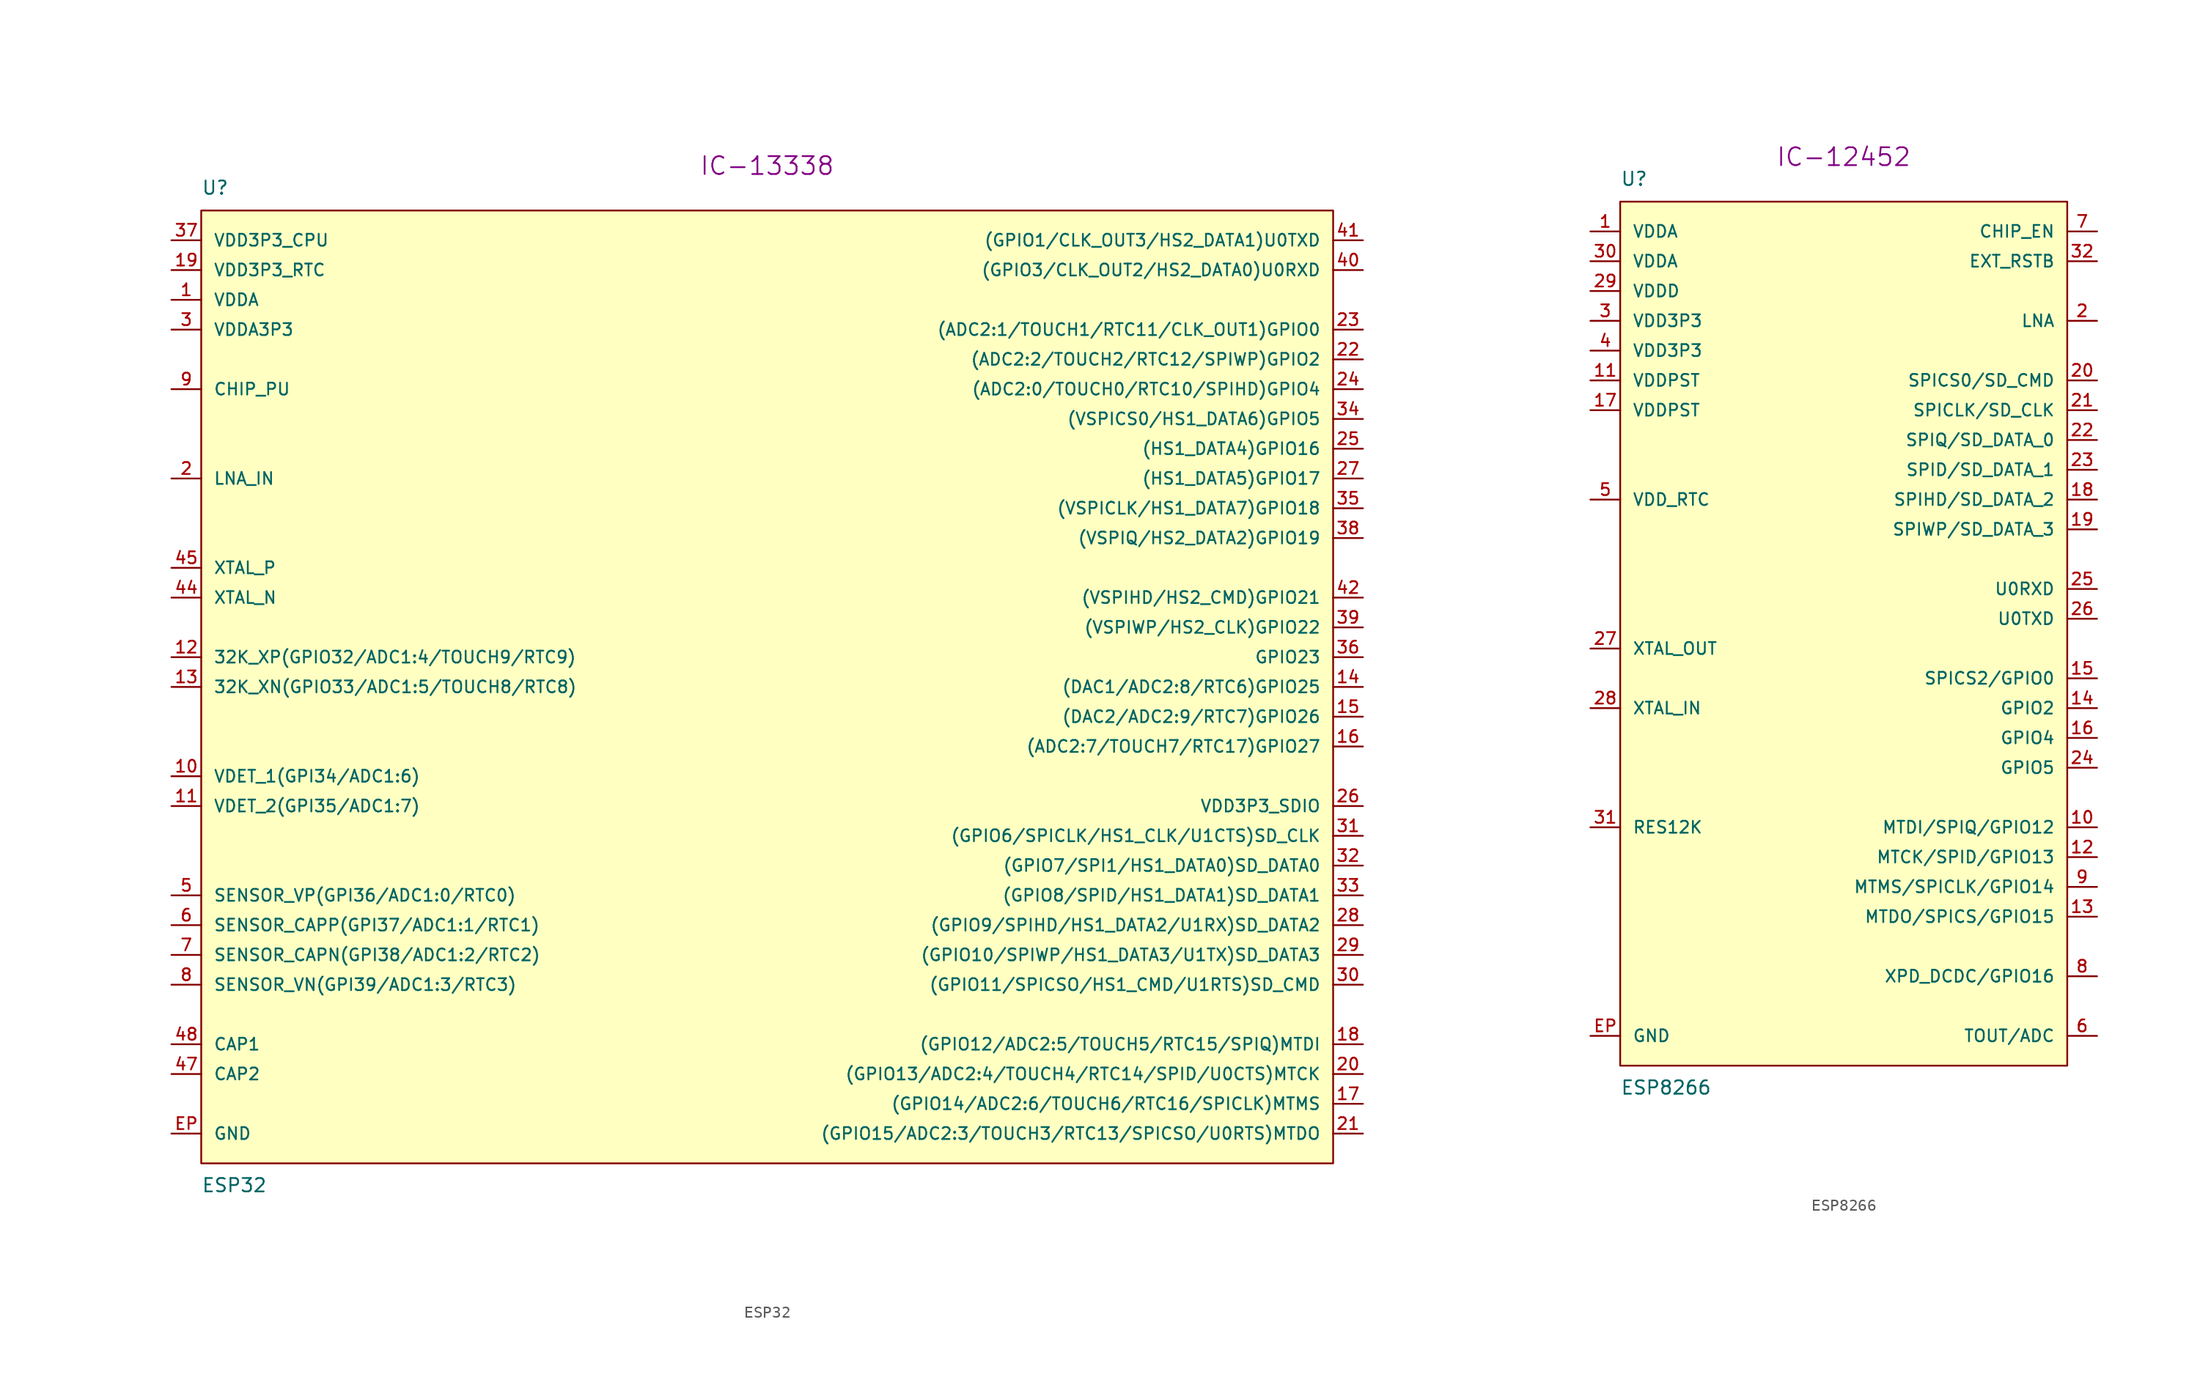
<source format=kicad_sym>
(kicad_symbol_lib
  (version 20201005)
  (generator kicad_symbol_editor)
  (symbol "ESP32"
    (pin_names
      (offset 1.016))
    (property "Reference" "U"
      (at -48.26 41.91 0)
      (effects (font (size 1.143 1.143)) (justify left bottom)))
    (property "Value" "ESP32"
      (at -48.26 -43.18 0)
      (effects (font (size 1.143 1.143)) (justify left bottom)))
    (property "Field4" "IC-13338"
      (at 0 44.45 0)
      (effects (font (size 1.524 1.524))))
    (property "ki_locked" ""
      (at 0 0 0)
      (effects (font (size 1.27 1.27))))
    (symbol "ESP32_1_1"
      (polyline (pts (xy 48.26 40.64) (xy -48.26 40.64) (xy -48.26 -40.64) (xy 48.26 -40.64) (xy 48.26 40.64)) (stroke (width 0)) (fill (type background)))
      (pin bidirectional line (at -50.8 33.02 0) (length 2.54) (name "VDDA" (effects (font (size 1.016 1.016)))) (number "1" (effects (font (size 1.016 1.016)))))
      (pin bidirectional line (at -50.8 17.78 0) (length 2.54) (name "LNA_IN" (effects (font (size 1.016 1.016)))) (number "2" (effects (font (size 1.016 1.016)))))
      (pin bidirectional line (at -50.8 30.48 0) (length 2.54) (name "VDDA3P3" (effects (font (size 1.016 1.016)))) (number "3" (effects (font (size 1.016 1.016)))))
      (pin bidirectional line (at -50.8 30.48 0) (length 2.54) hide (name "VDDA3P3" (effects (font (size 1.016 1.016)))) (number "4" (effects (font (size 1.016 1.016)))))
      (pin bidirectional line (at -50.8 -17.78 0) (length 2.54) (name "SENSOR_VP(GPI36/ADC1:0/RTC0)" (effects (font (size 1.016 1.016)))) (number "5" (effects (font (size 1.016 1.016)))))
      (pin bidirectional line (at -50.8 -20.32 0) (length 2.54) (name "SENSOR_CAPP(GPI37/ADC1:1/RTC1)" (effects (font (size 1.016 1.016)))) (number "6" (effects (font (size 1.016 1.016)))))
      (pin bidirectional line (at -50.8 -22.86 0) (length 2.54) (name "SENSOR_CAPN(GPI38/ADC1:2/RTC2)" (effects (font (size 1.016 1.016)))) (number "7" (effects (font (size 1.016 1.016)))))
      (pin bidirectional line (at -50.8 -25.4 0) (length 2.54) (name "SENSOR_VN(GPI39/ADC1:3/RTC3)" (effects (font (size 1.016 1.016)))) (number "8" (effects (font (size 1.016 1.016)))))
      (pin bidirectional line (at -50.8 25.4 0) (length 2.54) (name "CHIP_PU" (effects (font (size 1.016 1.016)))) (number "9" (effects (font (size 1.016 1.016)))))
      (pin bidirectional line (at -50.8 -7.62 0) (length 2.54) (name "VDET_1(GPI34/ADC1:6)" (effects (font (size 1.016 1.016)))) (number "10" (effects (font (size 1.016 1.016)))))
      (pin bidirectional line (at 50.8 -33.02 180) (length 2.54) (name "(GPIO13/ADC2:4/TOUCH4/RTC14/SPID/U0CTS)MTCK" (effects (font (size 1.016 1.016)))) (number "20" (effects (font (size 1.016 1.016)))))
      (pin bidirectional line (at 50.8 -25.4 180) (length 2.54) (name "(GPIO11/SPICSO/HS1_CMD/U1RTS)SD_CMD" (effects (font (size 1.016 1.016)))) (number "30" (effects (font (size 1.016 1.016)))))
      (pin bidirectional line (at 50.8 35.56 180) (length 2.54) (name "(GPIO3/CLK_OUT2/HS2_DATA0)U0RXD" (effects (font (size 1.016 1.016)))) (number "40" (effects (font (size 1.016 1.016)))))
      (pin bidirectional line (at -50.8 -10.16 0) (length 2.54) (name "VDET_2(GPI35/ADC1:7)" (effects (font (size 1.016 1.016)))) (number "11" (effects (font (size 1.016 1.016)))))
      (pin bidirectional line (at 50.8 -38.1 180) (length 2.54) (name "(GPIO15/ADC2:3/TOUCH3/RTC13/SPICSO/U0RTS)MTDO" (effects (font (size 1.016 1.016)))) (number "21" (effects (font (size 1.016 1.016)))))
      (pin bidirectional line (at 50.8 -12.7 180) (length 2.54) (name "(GPIO6/SPICLK/HS1_CLK/U1CTS)SD_CLK" (effects (font (size 1.016 1.016)))) (number "31" (effects (font (size 1.016 1.016)))))
      (pin bidirectional line (at 50.8 38.1 180) (length 2.54) (name "(GPIO1/CLK_OUT3/HS2_DATA1)U0TXD" (effects (font (size 1.016 1.016)))) (number "41" (effects (font (size 1.016 1.016)))))
      (pin bidirectional line (at -50.8 2.54 0) (length 2.54) (name "32K_XP(GPIO32/ADC1:4/TOUCH9/RTC9)" (effects (font (size 1.016 1.016)))) (number "12" (effects (font (size 1.016 1.016)))))
      (pin bidirectional line (at 50.8 27.94 180) (length 2.54) (name "(ADC2:2/TOUCH2/RTC12/SPIWP)GPIO2" (effects (font (size 1.016 1.016)))) (number "22" (effects (font (size 1.016 1.016)))))
      (pin bidirectional line (at 50.8 -15.24 180) (length 2.54) (name "(GPIO7/SPI1/HS1_DATA0)SD_DATA0" (effects (font (size 1.016 1.016)))) (number "32" (effects (font (size 1.016 1.016)))))
      (pin bidirectional line (at 50.8 7.62 180) (length 2.54) (name "(VSPIHD/HS2_CMD)GPIO21" (effects (font (size 1.016 1.016)))) (number "42" (effects (font (size 1.016 1.016)))))
      (pin bidirectional line (at -50.8 0 0) (length 2.54) (name "32K_XN(GPIO33/ADC1:5/TOUCH8/RTC8)" (effects (font (size 1.016 1.016)))) (number "13" (effects (font (size 1.016 1.016)))))
      (pin bidirectional line (at 50.8 30.48 180) (length 2.54) (name "(ADC2:1/TOUCH1/RTC11/CLK_OUT1)GPIO0" (effects (font (size 1.016 1.016)))) (number "23" (effects (font (size 1.016 1.016)))))
      (pin bidirectional line (at 50.8 -17.78 180) (length 2.54) (name "(GPIO8/SPID/HS1_DATA1)SD_DATA1" (effects (font (size 1.016 1.016)))) (number "33" (effects (font (size 1.016 1.016)))))
      (pin bidirectional line (at -50.8 33.02 0) (length 2.54) hide (name "VDDA" (effects (font (size 1.016 1.016)))) (number "43" (effects (font (size 1.016 1.016)))))
      (pin bidirectional line (at 50.8 0 180) (length 2.54) (name "(DAC1/ADC2:8/RTC6)GPIO25" (effects (font (size 1.016 1.016)))) (number "14" (effects (font (size 1.016 1.016)))))
      (pin bidirectional line (at 50.8 25.4 180) (length 2.54) (name "(ADC2:0/TOUCH0/RTC10/SPIHD)GPIO4" (effects (font (size 1.016 1.016)))) (number "24" (effects (font (size 1.016 1.016)))))
      (pin bidirectional line (at 50.8 22.86 180) (length 2.54) (name "(VSPICS0/HS1_DATA6)GPIO5" (effects (font (size 1.016 1.016)))) (number "34" (effects (font (size 1.016 1.016)))))
      (pin bidirectional line (at -50.8 7.62 0) (length 2.54) (name "XTAL_N" (effects (font (size 1.016 1.016)))) (number "44" (effects (font (size 1.016 1.016)))))
      (pin bidirectional line (at 50.8 -2.54 180) (length 2.54) (name "(DAC2/ADC2:9/RTC7)GPIO26" (effects (font (size 1.016 1.016)))) (number "15" (effects (font (size 1.016 1.016)))))
      (pin bidirectional line (at 50.8 20.32 180) (length 2.54) (name "(HS1_DATA4)GPIO16" (effects (font (size 1.016 1.016)))) (number "25" (effects (font (size 1.016 1.016)))))
      (pin bidirectional line (at 50.8 15.24 180) (length 2.54) (name "(VSPICLK/HS1_DATA7)GPIO18" (effects (font (size 1.016 1.016)))) (number "35" (effects (font (size 1.016 1.016)))))
      (pin bidirectional line (at -50.8 10.16 0) (length 2.54) (name "XTAL_P" (effects (font (size 1.016 1.016)))) (number "45" (effects (font (size 1.016 1.016)))))
      (pin bidirectional line (at 50.8 -5.08 180) (length 2.54) (name "(ADC2:7/TOUCH7/RTC17)GPIO27" (effects (font (size 1.016 1.016)))) (number "16" (effects (font (size 1.016 1.016)))))
      (pin bidirectional line (at 50.8 -10.16 180) (length 2.54) (name "VDD3P3_SDIO" (effects (font (size 1.016 1.016)))) (number "26" (effects (font (size 1.016 1.016)))))
      (pin bidirectional line (at 50.8 2.54 180) (length 2.54) (name "GPIO23" (effects (font (size 1.016 1.016)))) (number "36" (effects (font (size 1.016 1.016)))))
      (pin bidirectional line (at -50.8 33.02 0) (length 2.54) hide (name "VDDA" (effects (font (size 1.016 1.016)))) (number "46" (effects (font (size 1.016 1.016)))))
      (pin bidirectional line (at 50.8 -35.56 180) (length 2.54) (name "(GPIO14/ADC2:6/TOUCH6/RTC16/SPICLK)MTMS" (effects (font (size 1.016 1.016)))) (number "17" (effects (font (size 1.016 1.016)))))
      (pin bidirectional line (at 50.8 17.78 180) (length 2.54) (name "(HS1_DATA5)GPIO17" (effects (font (size 1.016 1.016)))) (number "27" (effects (font (size 1.016 1.016)))))
      (pin bidirectional line (at -50.8 38.1 0) (length 2.54) (name "VDD3P3_CPU" (effects (font (size 1.016 1.016)))) (number "37" (effects (font (size 1.016 1.016)))))
      (pin bidirectional line (at -50.8 -33.02 0) (length 2.54) (name "CAP2" (effects (font (size 1.016 1.016)))) (number "47" (effects (font (size 1.016 1.016)))))
      (pin bidirectional line (at 50.8 -30.48 180) (length 2.54) (name "(GPIO12/ADC2:5/TOUCH5/RTC15/SPIQ)MTDI" (effects (font (size 1.016 1.016)))) (number "18" (effects (font (size 1.016 1.016)))))
      (pin bidirectional line (at 50.8 -20.32 180) (length 2.54) (name "(GPIO9/SPIHD/HS1_DATA2/U1RX)SD_DATA2" (effects (font (size 1.016 1.016)))) (number "28" (effects (font (size 1.016 1.016)))))
      (pin bidirectional line (at 50.8 12.7 180) (length 2.54) (name "(VSPIQ/HS2_DATA2)GPIO19" (effects (font (size 1.016 1.016)))) (number "38" (effects (font (size 1.016 1.016)))))
      (pin bidirectional line (at -50.8 -30.48 0) (length 2.54) (name "CAP1" (effects (font (size 1.016 1.016)))) (number "48" (effects (font (size 1.016 1.016)))))
      (pin bidirectional line (at -50.8 35.56 0) (length 2.54) (name "VDD3P3_RTC" (effects (font (size 1.016 1.016)))) (number "19" (effects (font (size 1.016 1.016)))))
      (pin bidirectional line (at 50.8 -22.86 180) (length 2.54) (name "(GPIO10/SPIWP/HS1_DATA3/U1TX)SD_DATA3" (effects (font (size 1.016 1.016)))) (number "29" (effects (font (size 1.016 1.016)))))
      (pin bidirectional line (at 50.8 5.08 180) (length 2.54) (name "(VSPIWP/HS2_CLK)GPIO22" (effects (font (size 1.016 1.016)))) (number "39" (effects (font (size 1.016 1.016)))))
      (pin bidirectional line (at -50.8 -38.1 0) (length 2.54) (name "GND" (effects (font (size 1.016 1.016)))) (number "EP" (effects (font (size 1.016 1.016)))))))
  (symbol "ESP8266"
    (pin_names
      (offset 1.016))
    (property "Reference" "U"
      (at -19.05 39.37 0)
      (effects (font (size 1.143 1.143)) (justify left bottom)))
    (property "Value" "ESP8266"
      (at -19.05 -38.1 0)
      (effects (font (size 1.143 1.143)) (justify left bottom)))
    (property "Field4" "IC-12452"
      (at 0 41.91 0)
      (effects (font (size 1.524 1.524))))
    (property "ki_locked" ""
      (at 0 0 0)
      (effects (font (size 1.27 1.27))))
    (symbol "ESP8266_1_1"
      (polyline (pts (xy -19.05 38.1) (xy 19.05 38.1) (xy 19.05 -35.56) (xy -19.05 -35.56) (xy -19.05 38.1)) (stroke (width 0)) (fill (type background)))
      (pin bidirectional line (at -21.59 35.56 0) (length 2.54) (name "VDDA" (effects (font (size 1.016 1.016)))) (number "1" (effects (font (size 1.016 1.016)))))
      (pin bidirectional line (at 21.59 27.94 180) (length 2.54) (name "LNA" (effects (font (size 1.016 1.016)))) (number "2" (effects (font (size 1.016 1.016)))))
      (pin bidirectional line (at -21.59 27.94 0) (length 2.54) (name "VDD3P3" (effects (font (size 1.016 1.016)))) (number "3" (effects (font (size 1.016 1.016)))))
      (pin bidirectional line (at -21.59 25.4 0) (length 2.54) (name "VDD3P3" (effects (font (size 1.016 1.016)))) (number "4" (effects (font (size 1.016 1.016)))))
      (pin bidirectional line (at -21.59 12.7 0) (length 2.54) (name "VDD_RTC" (effects (font (size 1.016 1.016)))) (number "5" (effects (font (size 1.016 1.016)))))
      (pin bidirectional line (at 21.59 -33.02 180) (length 2.54) (name "TOUT/ADC" (effects (font (size 1.016 1.016)))) (number "6" (effects (font (size 1.016 1.016)))))
      (pin bidirectional line (at 21.59 35.56 180) (length 2.54) (name "CHIP_EN" (effects (font (size 1.016 1.016)))) (number "7" (effects (font (size 1.016 1.016)))))
      (pin bidirectional line (at 21.59 -27.94 180) (length 2.54) (name "XPD_DCDC/GPIO16" (effects (font (size 1.016 1.016)))) (number "8" (effects (font (size 1.016 1.016)))))
      (pin bidirectional line (at 21.59 -20.32 180) (length 2.54) (name "MTMS/SPICLK/GPIO14" (effects (font (size 1.016 1.016)))) (number "9" (effects (font (size 1.016 1.016)))))
      (pin bidirectional line (at 21.59 -15.24 180) (length 2.54) (name "MTDI/SPIQ/GPIO12" (effects (font (size 1.016 1.016)))) (number "10" (effects (font (size 1.016 1.016)))))
      (pin bidirectional line (at 21.59 22.86 180) (length 2.54) (name "SPICS0/SD_CMD" (effects (font (size 1.016 1.016)))) (number "20" (effects (font (size 1.016 1.016)))))
      (pin bidirectional line (at -21.59 33.02 0) (length 2.54) (name "VDDA" (effects (font (size 1.016 1.016)))) (number "30" (effects (font (size 1.016 1.016)))))
      (pin bidirectional line (at -21.59 22.86 0) (length 2.54) (name "VDDPST" (effects (font (size 1.016 1.016)))) (number "11" (effects (font (size 1.016 1.016)))))
      (pin bidirectional line (at 21.59 20.32 180) (length 2.54) (name "SPICLK/SD_CLK" (effects (font (size 1.016 1.016)))) (number "21" (effects (font (size 1.016 1.016)))))
      (pin bidirectional line (at -21.59 -15.24 0) (length 2.54) (name "RES12K" (effects (font (size 1.016 1.016)))) (number "31" (effects (font (size 1.016 1.016)))))
      (pin bidirectional line (at 21.59 -17.78 180) (length 2.54) (name "MTCK/SPID/GPIO13" (effects (font (size 1.016 1.016)))) (number "12" (effects (font (size 1.016 1.016)))))
      (pin bidirectional line (at 21.59 17.78 180) (length 2.54) (name "SPIQ/SD_DATA_0" (effects (font (size 1.016 1.016)))) (number "22" (effects (font (size 1.016 1.016)))))
      (pin bidirectional line (at 21.59 33.02 180) (length 2.54) (name "EXT_RSTB" (effects (font (size 1.016 1.016)))) (number "32" (effects (font (size 1.016 1.016)))))
      (pin bidirectional line (at 21.59 -22.86 180) (length 2.54) (name "MTDO/SPICS/GPIO15" (effects (font (size 1.016 1.016)))) (number "13" (effects (font (size 1.016 1.016)))))
      (pin bidirectional line (at 21.59 15.24 180) (length 2.54) (name "SPID/SD_DATA_1" (effects (font (size 1.016 1.016)))) (number "23" (effects (font (size 1.016 1.016)))))
      (pin bidirectional line (at 21.59 -5.08 180) (length 2.54) (name "GPIO2" (effects (font (size 1.016 1.016)))) (number "14" (effects (font (size 1.016 1.016)))))
      (pin bidirectional line (at 21.59 -10.16 180) (length 2.54) (name "GPIO5" (effects (font (size 1.016 1.016)))) (number "24" (effects (font (size 1.016 1.016)))))
      (pin bidirectional line (at 21.59 -2.54 180) (length 2.54) (name "SPICS2/GPIO0" (effects (font (size 1.016 1.016)))) (number "15" (effects (font (size 1.016 1.016)))))
      (pin bidirectional line (at 21.59 5.08 180) (length 2.54) (name "U0RXD" (effects (font (size 1.016 1.016)))) (number "25" (effects (font (size 1.016 1.016)))))
      (pin bidirectional line (at 21.59 -7.62 180) (length 2.54) (name "GPIO4" (effects (font (size 1.016 1.016)))) (number "16" (effects (font (size 1.016 1.016)))))
      (pin bidirectional line (at 21.59 2.54 180) (length 2.54) (name "U0TXD" (effects (font (size 1.016 1.016)))) (number "26" (effects (font (size 1.016 1.016)))))
      (pin bidirectional line (at -21.59 20.32 0) (length 2.54) (name "VDDPST" (effects (font (size 1.016 1.016)))) (number "17" (effects (font (size 1.016 1.016)))))
      (pin bidirectional line (at -21.59 0 0) (length 2.54) (name "XTAL_OUT" (effects (font (size 1.016 1.016)))) (number "27" (effects (font (size 1.016 1.016)))))
      (pin bidirectional line (at 21.59 12.7 180) (length 2.54) (name "SPIHD/SD_DATA_2" (effects (font (size 1.016 1.016)))) (number "18" (effects (font (size 1.016 1.016)))))
      (pin bidirectional line (at -21.59 -5.08 0) (length 2.54) (name "XTAL_IN" (effects (font (size 1.016 1.016)))) (number "28" (effects (font (size 1.016 1.016)))))
      (pin bidirectional line (at 21.59 10.16 180) (length 2.54) (name "SPIWP/SD_DATA_3" (effects (font (size 1.016 1.016)))) (number "19" (effects (font (size 1.016 1.016)))))
      (pin bidirectional line (at -21.59 30.48 0) (length 2.54) (name "VDDD" (effects (font (size 1.016 1.016)))) (number "29" (effects (font (size 1.016 1.016)))))
      (pin bidirectional line (at -21.59 -33.02 0) (length 2.54) (name "GND" (effects (font (size 1.016 1.016)))) (number "EP" (effects (font (size 1.016 1.016))))))))
</source>
